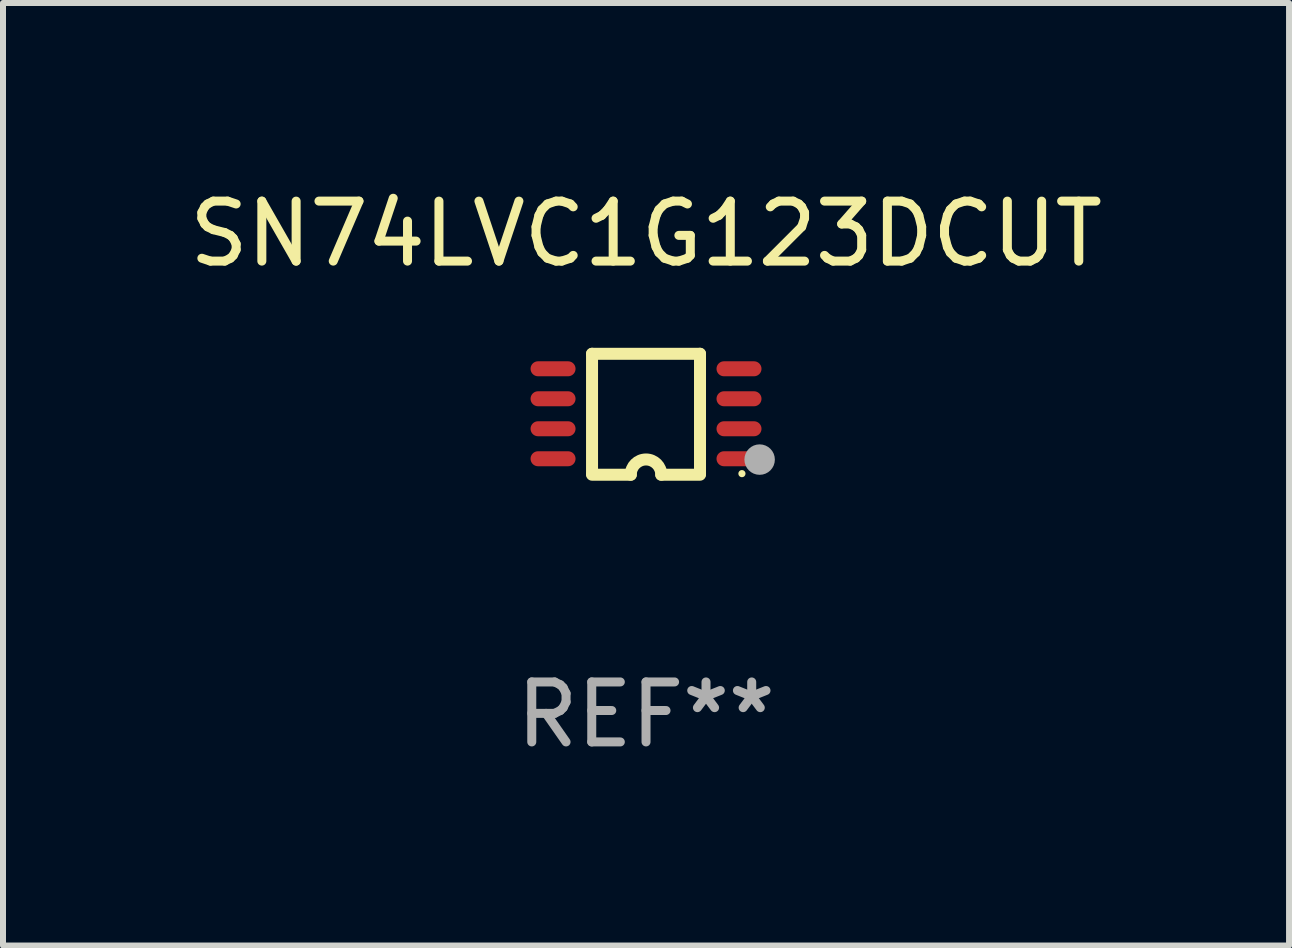
<source format=kicad_pcb>
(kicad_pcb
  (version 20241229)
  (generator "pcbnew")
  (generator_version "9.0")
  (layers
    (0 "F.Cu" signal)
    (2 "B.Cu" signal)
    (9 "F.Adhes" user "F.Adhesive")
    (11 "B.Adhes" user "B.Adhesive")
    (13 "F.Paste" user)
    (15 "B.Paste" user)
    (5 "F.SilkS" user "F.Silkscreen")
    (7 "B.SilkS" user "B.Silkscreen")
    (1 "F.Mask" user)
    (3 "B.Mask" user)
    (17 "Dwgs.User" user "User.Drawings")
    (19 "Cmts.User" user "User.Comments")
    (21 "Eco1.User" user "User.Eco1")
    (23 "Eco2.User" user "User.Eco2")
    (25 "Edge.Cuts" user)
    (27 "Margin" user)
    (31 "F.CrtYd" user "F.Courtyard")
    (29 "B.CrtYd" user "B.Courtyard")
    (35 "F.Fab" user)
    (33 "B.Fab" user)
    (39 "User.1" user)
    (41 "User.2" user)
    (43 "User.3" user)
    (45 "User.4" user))
  (footprint "SN74LVC1G123DCUT"
    (layer "F.Cu")
    (at 7.72 3.856)
    (property "Reference" "SN74LVC1G123DCUT" (at 0 -3.008 0) (layer "F.SilkS") (effects (font (size 1 1) (thickness 0.15))))
    (attr through_hole)
    (fp_line (start -0.9 -1.008) (end -0.9 0.992) (stroke (width 0.2) (type solid)) (layer "F.SilkS"))
    (fp_line (start -0.254 1.008) (end -0.9 1.008) (stroke (width 0.2) (type solid)) (layer "F.SilkS"))
    (fp_line (start 0.254 1.008) (end 0.9 1.008) (stroke (width 0.2) (type solid)) (layer "F.SilkS"))
    (fp_line (start 0.9 -1.008) (end -0.9 -1.008) (stroke (width 0.2) (type solid)) (layer "F.SilkS"))
    (fp_line (start 0.9 0.992) (end 0.9 -1.008) (stroke (width 0.2) (type solid)) (layer "F.SilkS"))
    (fp_arc (start -0.254128 1.007976) (mid -0.000127 0.753975) (end 0.253874 1.007976) (stroke (width 0.2) (type solid)) (layer "F.SilkS"))
    (fp_circle (center 1.599 0.99) (end 1.629 0.99) (stroke (width 0.06) (type solid)) (fill no) (layer "F.SilkS"))
    (fp_circle (center 1.894 0.756) (end 2.021 0.756) (stroke (width 0.254) (type solid)) (fill no) (layer "F.Fab"))
    (fp_text user "REF**" (at 0 5.008 0) (layer "F.Fab") (effects (font (size 1 1) (thickness 0.15))))
    (pad "1" smd oval (at 1.55 0.742) (size 0.75 0.25) (layers "F.Cu" "F.Mask" "F.Paste"))
    (pad "2" smd oval (at 1.55 0.242) (size 0.75 0.25) (layers "F.Cu" "F.Mask" "F.Paste"))
    (pad "3" smd oval (at 1.55 -0.258) (size 0.75 0.25) (layers "F.Cu" "F.Mask" "F.Paste"))
    (pad "4" smd oval (at 1.55 -0.758) (size 0.75 0.25) (layers "F.Cu" "F.Mask" "F.Paste"))
    (pad "5" smd oval (at -1.55 -0.758) (size 0.75 0.25) (layers "F.Cu" "F.Mask" "F.Paste"))
    (pad "6" smd oval (at -1.55 -0.258) (size 0.75 0.25) (layers "F.Cu" "F.Mask" "F.Paste"))
    (pad "7" smd oval (at -1.55 0.242) (size 0.75 0.25) (layers "F.Cu" "F.Mask" "F.Paste"))
    (pad "8" smd oval (at -1.55 0.742) (size 0.75 0.25) (layers "F.Cu" "F.Mask" "F.Paste")))
  (gr_rect
    (start -3 -3)
    (end 18.44 12.713)
    (stroke (width 0.1) (type default))
    (fill no)
    (layer "Edge.Cuts")))
</source>
